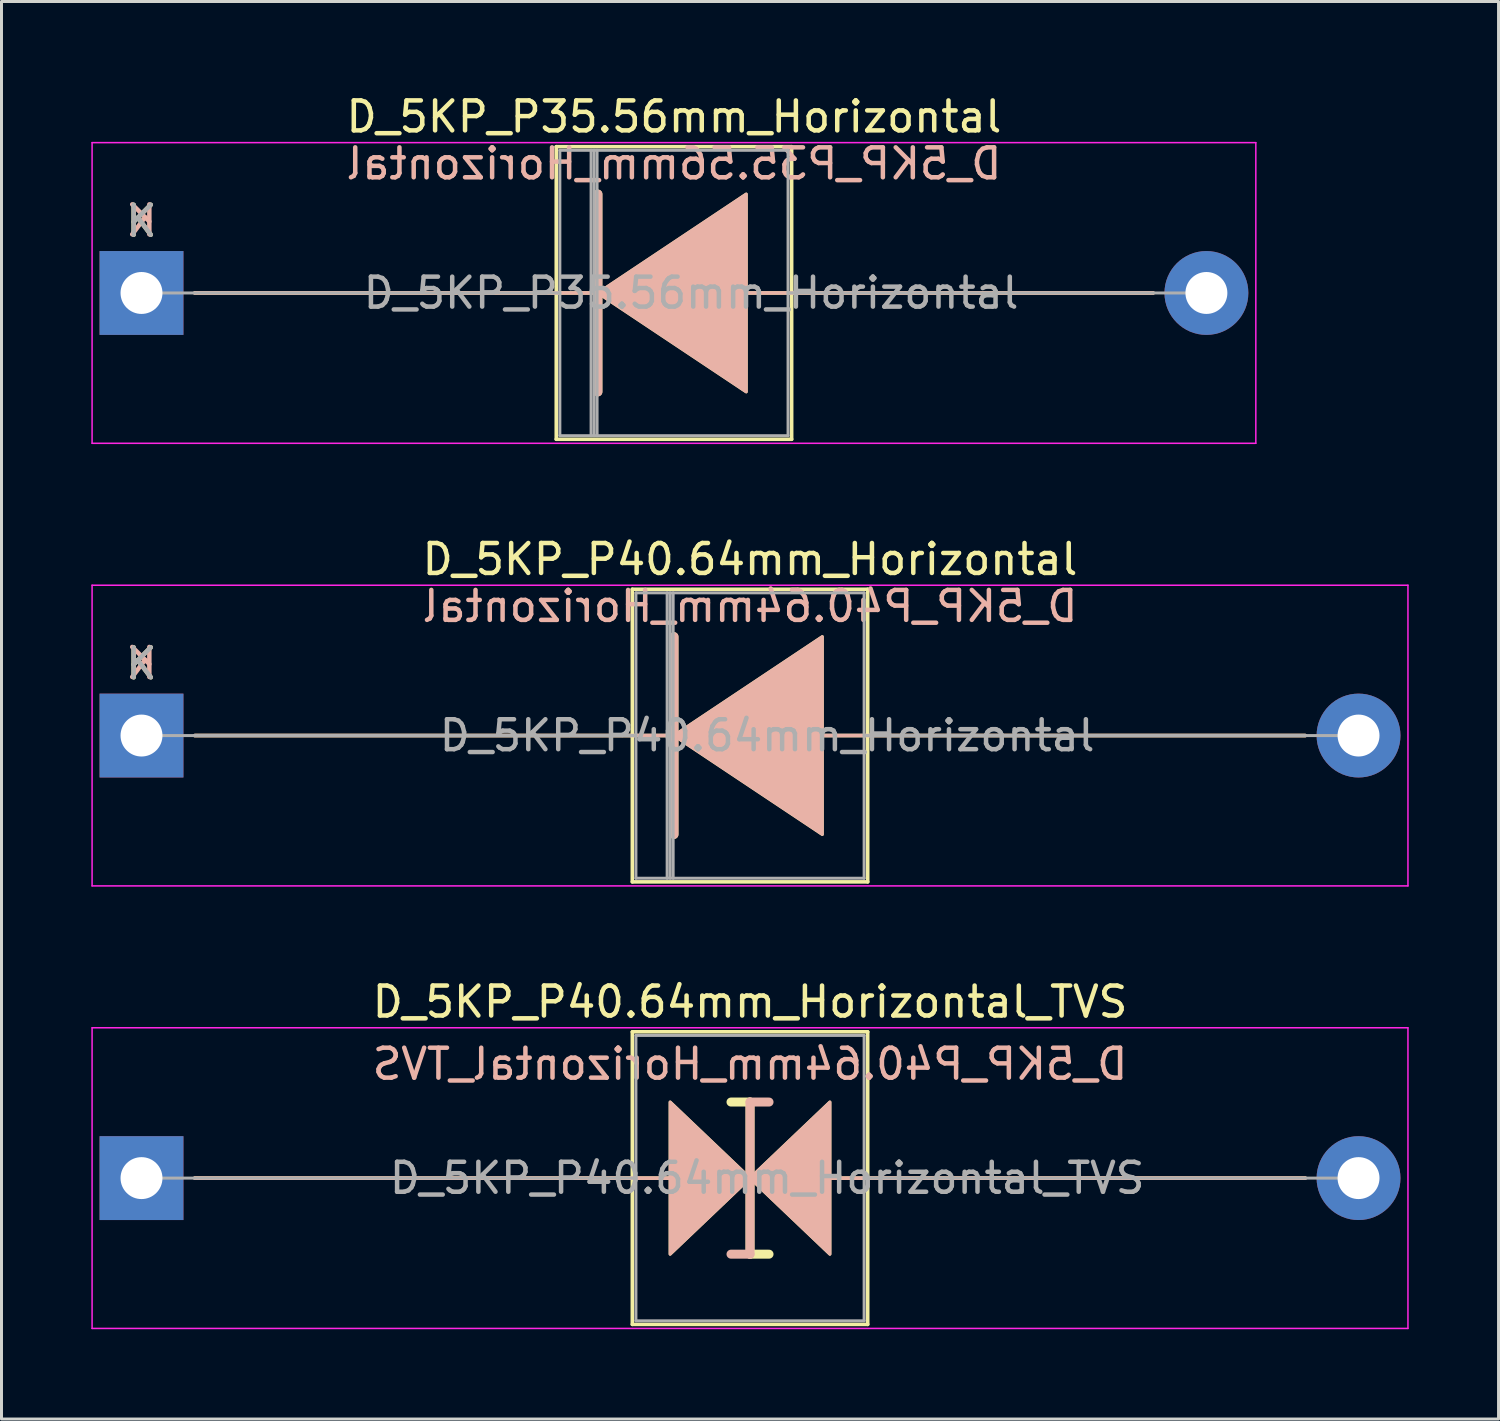
<source format=kicad_pcb>
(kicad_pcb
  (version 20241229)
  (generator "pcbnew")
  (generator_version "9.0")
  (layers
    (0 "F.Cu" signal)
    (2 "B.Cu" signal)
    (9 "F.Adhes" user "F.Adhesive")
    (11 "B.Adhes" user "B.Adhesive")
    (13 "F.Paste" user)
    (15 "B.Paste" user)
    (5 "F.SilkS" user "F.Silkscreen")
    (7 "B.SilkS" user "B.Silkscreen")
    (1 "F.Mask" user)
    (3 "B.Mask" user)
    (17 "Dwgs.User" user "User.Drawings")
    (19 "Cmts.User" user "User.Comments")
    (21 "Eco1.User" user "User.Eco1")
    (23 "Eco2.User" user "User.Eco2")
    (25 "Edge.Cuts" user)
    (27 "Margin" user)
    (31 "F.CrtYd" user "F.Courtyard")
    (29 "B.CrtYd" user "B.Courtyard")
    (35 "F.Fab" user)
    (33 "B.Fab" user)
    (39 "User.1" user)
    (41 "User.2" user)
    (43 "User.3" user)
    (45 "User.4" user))
  (footprint "D_5KP_P40.64mm_Horizontal"
    (layer "F.Cu")
    (at 1.675 21.512)
    (property "Reference" "D_5KP_P40.64mm_Horizontal" (at 20.32 -5.885 0) (layer "F.SilkS") (effects (font (size 1 1) (thickness 0.15))))
    (fp_line (start 1.778 0) (end 17.653 0) (stroke (width 0.12) (type solid)) (layer "F.SilkS"))
    (fp_line (start 16.39 -4.885) (end 16.39 4.885) (stroke (width 0.12) (type solid)) (layer "F.SilkS"))
    (fp_line (start 16.39 4.885) (end 24.25 4.885) (stroke (width 0.12) (type solid)) (layer "F.SilkS"))
    (fp_line (start 17.78 -3.302) (end 17.78 3.302) (stroke (width 0.3) (type solid)) (layer "F.SilkS"))
    (fp_line (start 24.25 -4.885) (end 16.39 -4.885) (stroke (width 0.12) (type solid)) (layer "F.SilkS"))
    (fp_line (start 24.25 4.885) (end 24.25 -4.885) (stroke (width 0.12) (type solid)) (layer "F.SilkS"))
    (fp_line (start 38.862 0) (end 22.77 0) (stroke (width 0.12) (type solid)) (layer "F.SilkS"))
    (fp_poly (pts (xy 22.733 3.302) (xy 17.78 0) (xy 22.733 -3.302)) (stroke (width 0.1) (type solid)) (fill yes) (layer "F.SilkS"))
    (fp_line (start 1.778 0) (end 17.653 0) (stroke (width 0.12) (type solid)) (layer "B.SilkS"))
    (fp_line (start 17.78 3.302) (end 17.78 -3.302) (stroke (width 0.3) (type solid)) (layer "B.SilkS"))
    (fp_line (start 38.862 0) (end 22.77 0) (stroke (width 0.12) (type solid)) (layer "B.SilkS"))
    (fp_poly (pts (xy 22.733 -3.302) (xy 17.78 0) (xy 22.733 3.302)) (stroke (width 0.1) (type solid)) (fill yes) (layer "B.SilkS"))
    (fp_line (start -1.65 -5.02) (end -1.65 5.02) (stroke (width 0.05) (type solid)) (layer "F.CrtYd"))
    (fp_line (start -1.65 5.02) (end 42.29 5.02) (stroke (width 0.05) (type solid)) (layer "F.CrtYd"))
    (fp_line (start 42.29 -5.02) (end -1.65 -5.02) (stroke (width 0.05) (type solid)) (layer "F.CrtYd"))
    (fp_line (start 42.29 5.02) (end 42.29 -5.02) (stroke (width 0.05) (type solid)) (layer "F.CrtYd"))
    (fp_line (start 0 0) (end 16.51 0) (stroke (width 0.1) (type solid)) (layer "F.Fab"))
    (fp_line (start 16.51 -4.765) (end 16.51 4.765) (stroke (width 0.1) (type solid)) (layer "F.Fab"))
    (fp_line (start 16.51 4.765) (end 24.13 4.765) (stroke (width 0.1) (type solid)) (layer "F.Fab"))
    (fp_line (start 17.553 -4.765) (end 17.553 4.765) (stroke (width 0.1) (type solid)) (layer "F.Fab"))
    (fp_line (start 17.653 -4.765) (end 17.653 4.765) (stroke (width 0.1) (type solid)) (layer "F.Fab"))
    (fp_line (start 17.753 -4.765) (end 17.753 4.765) (stroke (width 0.1) (type solid)) (layer "F.Fab"))
    (fp_line (start 24.13 -4.765) (end 16.51 -4.765) (stroke (width 0.1) (type solid)) (layer "F.Fab"))
    (fp_line (start 24.13 4.765) (end 24.13 -4.765) (stroke (width 0.1) (type solid)) (layer "F.Fab"))
    (fp_line (start 40.64 0) (end 24.13 0) (stroke (width 0.1) (type solid)) (layer "F.Fab"))
    (fp_text user "K" (at 0 -2.4 0) (layer "F.SilkS") (effects (font (size 1 1) (thickness 0.15))))
    (fp_text user "K" (at 0 -2.413 0) (layer "B.SilkS") (effects (font (size 1 1) (thickness 0.15)) (justify mirror)))
    (fp_text user "${REFERENCE}" (at 20.32 -4.318 0) (layer "B.SilkS") (effects (font (size 1 1) (thickness 0.15)) (justify mirror)))
    (fp_text user "${REFERENCE}" (at 20.892 0 0) (layer "F.Fab") (effects (font (size 1 1) (thickness 0.15))))
    (fp_text user "K" (at 0 -2.4 0) (layer "F.Fab") (effects (font (size 1 1) (thickness 0.15))))
    (pad "1" thru_hole rect (at 0 0) (size 2.8 2.8) (drill 1.4) (layers "*.Cu" "*.Mask"))
    (pad "2" thru_hole oval (at 40.64 0) (size 2.8 2.8) (drill 1.4) (layers "*.Cu" "*.Mask")))
  (footprint "D_5KP_P35.56mm_Horizontal"
    (layer "F.Cu")
    (at 1.675 6.733)
    (property "Reference" "D_5KP_P35.56mm_Horizontal" (at 17.78 -5.885 0) (layer "F.SilkS") (effects (font (size 1 1) (thickness 0.15))))
    (fp_line (start 1.778 0) (end 15.113 0) (stroke (width 0.12) (type solid)) (layer "F.SilkS"))
    (fp_line (start 13.85 -4.885) (end 13.85 4.885) (stroke (width 0.12) (type solid)) (layer "F.SilkS"))
    (fp_line (start 13.85 4.885) (end 21.71 4.885) (stroke (width 0.12) (type solid)) (layer "F.SilkS"))
    (fp_line (start 15.24 -3.302) (end 15.24 3.302) (stroke (width 0.3) (type solid)) (layer "F.SilkS"))
    (fp_line (start 21.71 -4.885) (end 13.85 -4.885) (stroke (width 0.12) (type solid)) (layer "F.SilkS"))
    (fp_line (start 21.71 4.885) (end 21.71 -4.885) (stroke (width 0.12) (type solid)) (layer "F.SilkS"))
    (fp_line (start 33.782 0) (end 20.23 0) (stroke (width 0.12) (type solid)) (layer "F.SilkS"))
    (fp_poly (pts (xy 20.193 3.302) (xy 15.24 0) (xy 20.193 -3.302)) (stroke (width 0.1) (type solid)) (fill yes) (layer "F.SilkS"))
    (fp_line (start 1.778 0) (end 15.113 0) (stroke (width 0.12) (type solid)) (layer "B.SilkS"))
    (fp_line (start 15.24 3.302) (end 15.24 -3.302) (stroke (width 0.3) (type solid)) (layer "B.SilkS"))
    (fp_line (start 33.782 0) (end 20.23 0) (stroke (width 0.12) (type solid)) (layer "B.SilkS"))
    (fp_poly (pts (xy 20.193 -3.302) (xy 15.24 0) (xy 20.193 3.302)) (stroke (width 0.1) (type solid)) (fill yes) (layer "B.SilkS"))
    (fp_line (start -1.65 -5.02) (end -1.65 5.02) (stroke (width 0.05) (type solid)) (layer "F.CrtYd"))
    (fp_line (start -1.65 5.02) (end 37.21 5.02) (stroke (width 0.05) (type solid)) (layer "F.CrtYd"))
    (fp_line (start 37.21 -5.02) (end -1.65 -5.02) (stroke (width 0.05) (type solid)) (layer "F.CrtYd"))
    (fp_line (start 37.21 5.02) (end 37.21 -5.02) (stroke (width 0.05) (type solid)) (layer "F.CrtYd"))
    (fp_line (start 0 0) (end 13.97 0) (stroke (width 0.1) (type solid)) (layer "F.Fab"))
    (fp_line (start 13.97 -4.765) (end 13.97 4.765) (stroke (width 0.1) (type solid)) (layer "F.Fab"))
    (fp_line (start 13.97 4.765) (end 21.59 4.765) (stroke (width 0.1) (type solid)) (layer "F.Fab"))
    (fp_line (start 15.013 -4.765) (end 15.013 4.765) (stroke (width 0.1) (type solid)) (layer "F.Fab"))
    (fp_line (start 15.113 -4.765) (end 15.113 4.765) (stroke (width 0.1) (type solid)) (layer "F.Fab"))
    (fp_line (start 15.213 -4.765) (end 15.213 4.765) (stroke (width 0.1) (type solid)) (layer "F.Fab"))
    (fp_line (start 21.59 -4.765) (end 13.97 -4.765) (stroke (width 0.1) (type solid)) (layer "F.Fab"))
    (fp_line (start 21.59 4.765) (end 21.59 -4.765) (stroke (width 0.1) (type solid)) (layer "F.Fab"))
    (fp_line (start 35.56 0) (end 21.59 0) (stroke (width 0.1) (type solid)) (layer "F.Fab"))
    (fp_text user "K" (at 0 -2.4 0) (layer "F.SilkS") (effects (font (size 1 1) (thickness 0.15))))
    (fp_text user "K" (at 0 -2.413 0) (layer "B.SilkS") (effects (font (size 1 1) (thickness 0.15)) (justify mirror)))
    (fp_text user "${REFERENCE}" (at 17.78 -4.318 0) (layer "B.SilkS") (effects (font (size 1 1) (thickness 0.15)) (justify mirror)))
    (fp_text user "${REFERENCE}" (at 18.352 0 0) (layer "F.Fab") (effects (font (size 1 1) (thickness 0.15))))
    (fp_text user "K" (at 0 -2.4 0) (layer "F.Fab") (effects (font (size 1 1) (thickness 0.15))))
    (pad "1" thru_hole rect (at 0 0) (size 2.8 2.8) (drill 1.4) (layers "*.Cu" "*.Mask"))
    (pad "2" thru_hole oval (at 35.56 0) (size 2.8 2.8) (drill 1.4) (layers "*.Cu" "*.Mask")))
  (footprint "D_5KP_P40.64mm_Horizontal_TVS"
    (layer "F.Cu")
    (at 1.675 36.29)
    (property "Reference" "D_5KP_P40.64mm_Horizontal_TVS" (at 20.32 -5.885 0) (layer "F.SilkS") (effects (font (size 1 1) (thickness 0.15))))
    (fp_line (start 1.778 0) (end 17.653 0) (stroke (width 0.12) (type solid)) (layer "F.SilkS"))
    (fp_line (start 16.39 -4.885) (end 16.39 4.885) (stroke (width 0.12) (type solid)) (layer "F.SilkS"))
    (fp_line (start 16.39 4.885) (end 24.25 4.885) (stroke (width 0.12) (type solid)) (layer "F.SilkS"))
    (fp_line (start 20.32 -2.54) (end 19.685 -2.54) (stroke (width 0.3) (type solid)) (layer "F.SilkS"))
    (fp_line (start 20.32 2.54) (end 20.32 -2.54) (stroke (width 0.3) (type solid)) (layer "F.SilkS"))
    (fp_line (start 20.955 2.54) (end 20.32 2.54) (stroke (width 0.3) (type solid)) (layer "F.SilkS"))
    (fp_line (start 24.25 -4.885) (end 16.39 -4.885) (stroke (width 0.12) (type solid)) (layer "F.SilkS"))
    (fp_line (start 24.25 4.885) (end 24.25 -4.885) (stroke (width 0.12) (type solid)) (layer "F.SilkS"))
    (fp_line (start 38.862 0) (end 22.987 0) (stroke (width 0.12) (type solid)) (layer "F.SilkS"))
    (fp_poly (pts (xy 20.32 0) (xy 17.653 2.54) (xy 17.653 -2.54)) (stroke (width 0.1) (type solid)) (fill yes) (layer "F.SilkS"))
    (fp_poly (pts (xy 20.32 0) (xy 22.987 -2.54) (xy 22.987 2.54)) (stroke (width 0.1) (type solid)) (fill yes) (layer "F.SilkS"))
    (fp_line (start 1.778 0) (end 17.653 0) (stroke (width 0.12) (type solid)) (layer "B.SilkS"))
    (fp_line (start 20.32 -2.54) (end 20.32 2.54) (stroke (width 0.3) (type solid)) (layer "B.SilkS"))
    (fp_line (start 20.32 2.54) (end 19.685 2.54) (stroke (width 0.3) (type solid)) (layer "B.SilkS"))
    (fp_line (start 20.955 -2.54) (end 20.32 -2.54) (stroke (width 0.3) (type solid)) (layer "B.SilkS"))
    (fp_line (start 38.862 0) (end 22.987 0) (stroke (width 0.12) (type solid)) (layer "B.SilkS"))
    (fp_poly (pts (xy 20.32 0) (xy 17.653 -2.54) (xy 17.653 2.54)) (stroke (width 0.1) (type solid)) (fill yes) (layer "B.SilkS"))
    (fp_poly (pts (xy 20.32 0) (xy 22.987 2.54) (xy 22.987 -2.54)) (stroke (width 0.1) (type solid)) (fill yes) (layer "B.SilkS"))
    (fp_line (start -1.65 -5.02) (end -1.65 5.02) (stroke (width 0.05) (type solid)) (layer "F.CrtYd"))
    (fp_line (start -1.65 5.02) (end 42.29 5.02) (stroke (width 0.05) (type solid)) (layer "F.CrtYd"))
    (fp_line (start 42.29 -5.02) (end -1.65 -5.02) (stroke (width 0.05) (type solid)) (layer "F.CrtYd"))
    (fp_line (start 42.29 5.02) (end 42.29 -5.02) (stroke (width 0.05) (type solid)) (layer "F.CrtYd"))
    (fp_line (start 0 0) (end 16.51 0) (stroke (width 0.1) (type solid)) (layer "F.Fab"))
    (fp_line (start 16.51 -4.765) (end 16.51 4.765) (stroke (width 0.1) (type solid)) (layer "F.Fab"))
    (fp_line (start 16.51 4.765) (end 24.13 4.765) (stroke (width 0.1) (type solid)) (layer "F.Fab"))
    (fp_line (start 24.13 -4.765) (end 16.51 -4.765) (stroke (width 0.1) (type solid)) (layer "F.Fab"))
    (fp_line (start 24.13 4.765) (end 24.13 -4.765) (stroke (width 0.1) (type solid)) (layer "F.Fab"))
    (fp_line (start 40.64 0) (end 24.13 0) (stroke (width 0.1) (type solid)) (layer "F.Fab"))
    (fp_text user "${REFERENCE}" (at 20.32 -3.81 0) (layer "B.SilkS") (effects (font (size 1 1) (thickness 0.15)) (justify mirror)))
    (fp_text user "${REFERENCE}" (at 20.892 0 0) (layer "F.Fab") (effects (font (size 1 1) (thickness 0.15))))
    (pad "1" thru_hole rect (at 0 0) (size 2.8 2.8) (drill 1.4) (layers "*.Cu" "*.Mask"))
    (pad "2" thru_hole oval (at 40.64 0) (size 2.8 2.8) (drill 1.4) (layers "*.Cu" "*.Mask")))
  (gr_rect
    (start -3 -3)
    (end 46.99 44.335)
    (stroke (width 0.1) (type default))
    (fill no)
    (layer "Edge.Cuts")))
</source>
